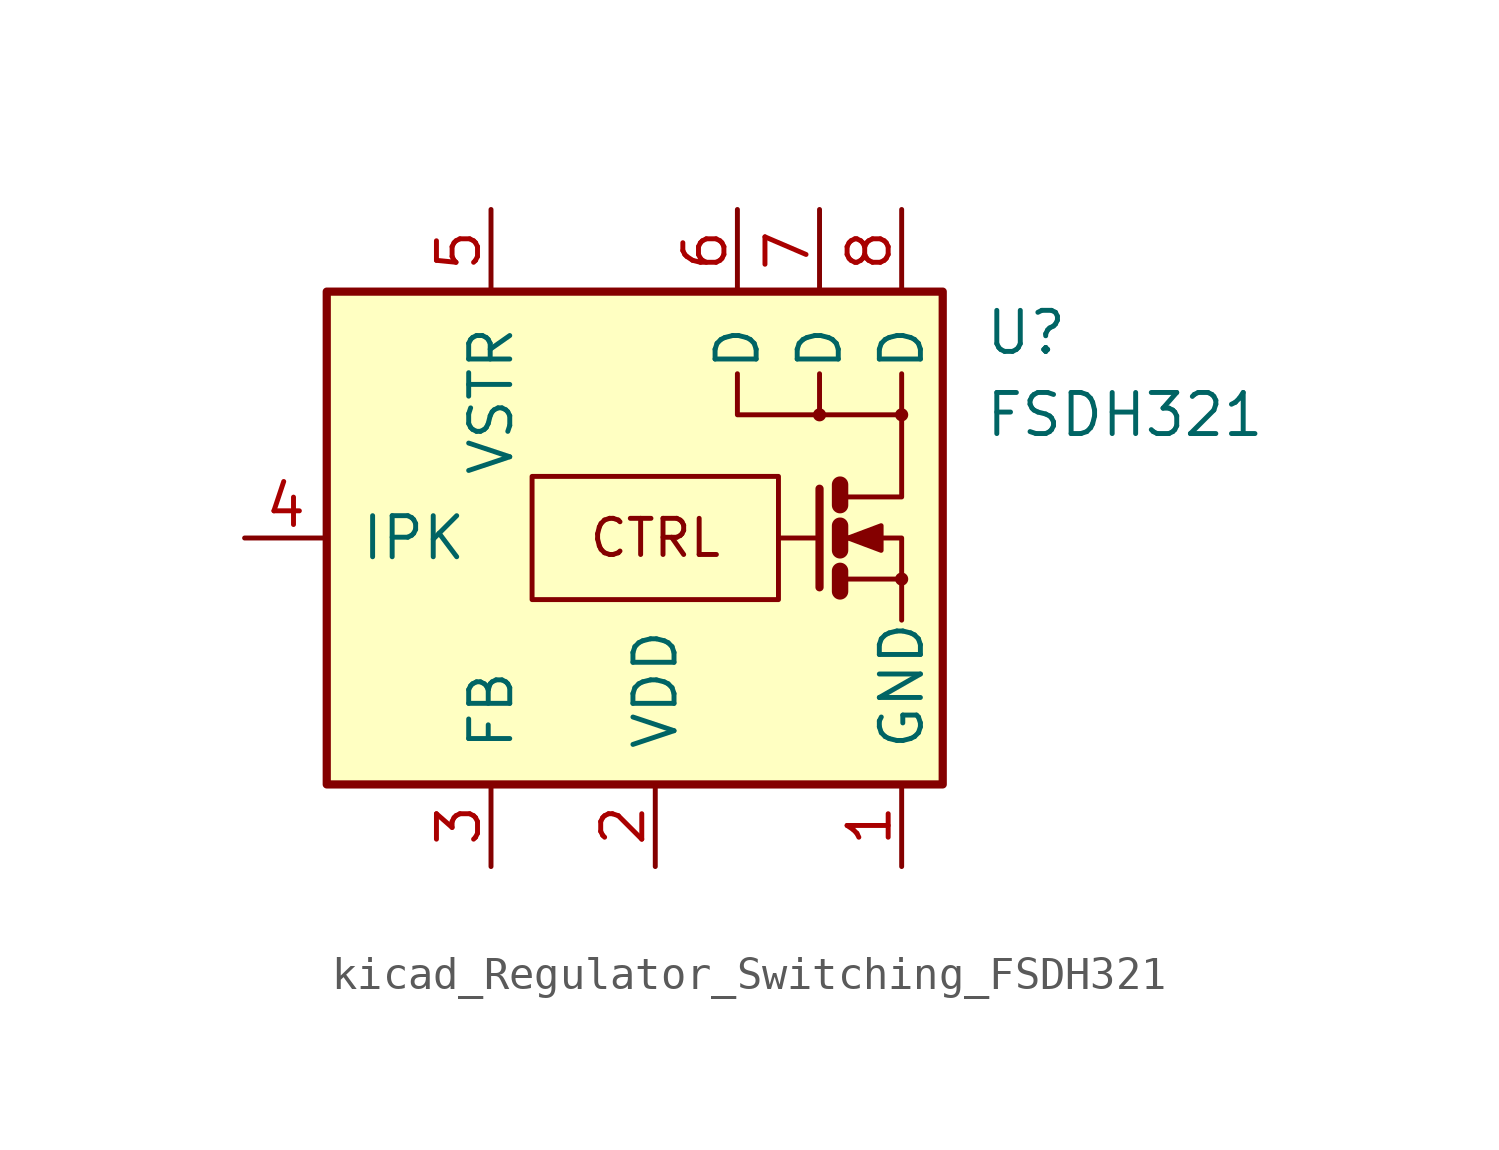
<source format=kicad_sym>
(kicad_symbol_lib
  (version 20220914)
  (generator kicad_symbol_editor)
  (symbol "kicad_Regulator_Switching_FSDH321"
    (pin_names
      (offset 1.016))
    (property "Reference" "U"
      (at 10.16 6.35 0)
      (effects (font (size 1.27 1.27)) (justify left)))
    (property "Value" "FSDH321"
      (at 10.16 3.81 0)
      (effects (font (size 1.27 1.27)) (justify left)))
    (symbol "kicad_Regulator_Switching_FSDH321_0_0"
      (rectangle (start -10.16 7.62) (end 8.89 -7.62) (stroke (width 0.254) (type default)) (fill (type background)))
      (circle (center 5.08 3.81) (radius 0.127) (stroke (width 0) (type default)) (fill (type none)))
      (circle (center 7.62 -1.27) (radius 0.127) (stroke (width 0) (type default)) (fill (type none)))
      (text "CTRL" (at 0 0 0) (effects (font (size 1.118 1.118)))))
    (symbol "kicad_Regulator_Switching_FSDH321_0_1"
      (rectangle (start -3.81 1.905) (end 3.81 -1.905) (stroke (width 0) (type default)) (fill (type none)))
      (polyline (pts (xy 5.08 0) (xy 3.81 0)) (stroke (width 0) (type default)) (fill (type none)))
      (polyline (pts (xy 5.08 3.81) (xy 5.08 5.08)) (stroke (width 0) (type default)) (fill (type none)))
      (polyline (pts (xy 5.715 -1.016) (xy 5.715 -1.651)) (stroke (width 0.508) (type default)) (fill (type none)))
      (polyline (pts (xy 5.715 0.381) (xy 5.715 -0.381)) (stroke (width 0.508) (type default)) (fill (type none)))
      (polyline (pts (xy 5.715 1.651) (xy 5.715 1.016)) (stroke (width 0.508) (type default)) (fill (type none)))
      (polyline (pts (xy 5.08 1.524) (xy 5.08 -1.524) (xy 5.08 -1.524)) (stroke (width 0.254) (type default)) (fill (type none)))
      (polyline (pts (xy 5.715 -1.27) (xy 7.62 -1.27) (xy 7.62 -2.54)) (stroke (width 0) (type default)) (fill (type none)))
      (polyline (pts (xy 7.62 3.81) (xy 2.54 3.81) (xy 2.54 5.08)) (stroke (width 0) (type default)) (fill (type none)))
      (polyline (pts (xy 5.715 1.27) (xy 6.731 1.27) (xy 7.62 1.27) (xy 7.62 5.08)) (stroke (width 0) (type default)) (fill (type none)))
      (polyline (pts (xy 5.842 0) (xy 6.35 0) (xy 7.62 0) (xy 7.62 -1.27) (xy 7.62 -1.27)) (stroke (width 0) (type default)) (fill (type none)))
      (polyline (pts (xy 5.969 0) (xy 6.985 0.381) (xy 6.985 -0.381) (xy 5.969 0) (xy 6.096 0) (xy 6.096 0)) (stroke (width 0) (type default)) (fill (type outline)))
      (circle (center 7.62 3.81) (radius 0.127) (stroke (width 0) (type default)) (fill (type none))))
    (symbol "kicad_Regulator_Switching_FSDH321_1_1"
      (pin power_in line (at 7.62 -10.16 90) (length 2.54) (name "GND" (effects (font (size 1.27 1.27)))) (number "1" (effects (font (size 1.27 1.27)))))
      (pin power_in line (at 0 -10.16 90) (length 2.54) (name "VDD" (effects (font (size 1.27 1.27)))) (number "2" (effects (font (size 1.27 1.27)))))
      (pin input line (at -5.08 -10.16 90) (length 2.54) (name "FB" (effects (font (size 1.27 1.27)))) (number "3" (effects (font (size 1.27 1.27)))))
      (pin passive line (at -12.7 0 0) (length 2.54) (name "IPK" (effects (font (size 1.27 1.27)))) (number "4" (effects (font (size 1.27 1.27)))))
      (pin passive line (at -5.08 10.16 270) (length 2.54) (name "VSTR" (effects (font (size 1.27 1.27)))) (number "5" (effects (font (size 1.27 1.27)))))
      (pin passive line (at 2.54 10.16 270) (length 2.54) (name "D" (effects (font (size 1.27 1.27)))) (number "6" (effects (font (size 1.27 1.27)))))
      (pin passive line (at 5.08 10.16 270) (length 2.54) (name "D" (effects (font (size 1.27 1.27)))) (number "7" (effects (font (size 1.27 1.27)))))
      (pin passive line (at 7.62 10.16 270) (length 2.54) (name "D" (effects (font (size 1.27 1.27)))) (number "8" (effects (font (size 1.27 1.27))))))))
</source>
